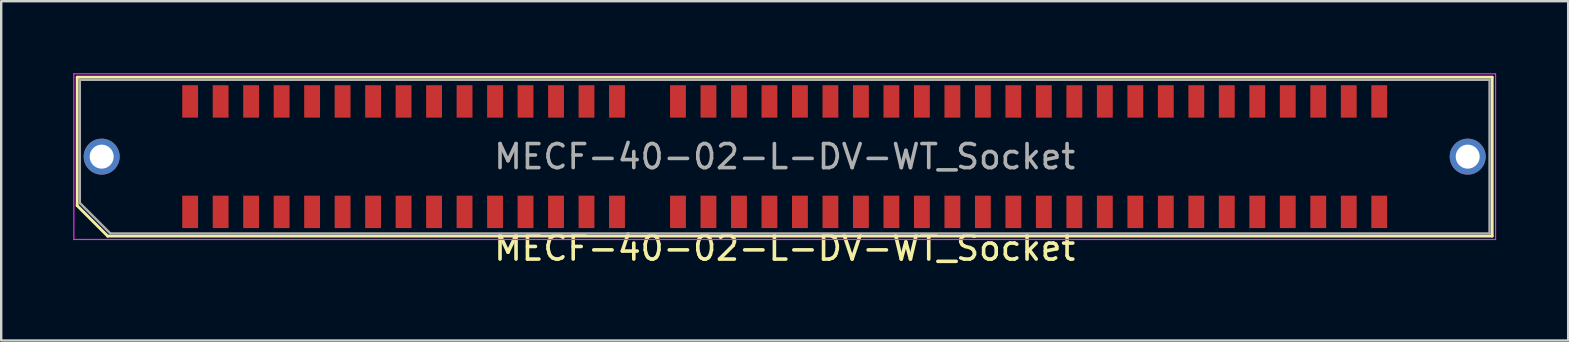
<source format=kicad_pcb>
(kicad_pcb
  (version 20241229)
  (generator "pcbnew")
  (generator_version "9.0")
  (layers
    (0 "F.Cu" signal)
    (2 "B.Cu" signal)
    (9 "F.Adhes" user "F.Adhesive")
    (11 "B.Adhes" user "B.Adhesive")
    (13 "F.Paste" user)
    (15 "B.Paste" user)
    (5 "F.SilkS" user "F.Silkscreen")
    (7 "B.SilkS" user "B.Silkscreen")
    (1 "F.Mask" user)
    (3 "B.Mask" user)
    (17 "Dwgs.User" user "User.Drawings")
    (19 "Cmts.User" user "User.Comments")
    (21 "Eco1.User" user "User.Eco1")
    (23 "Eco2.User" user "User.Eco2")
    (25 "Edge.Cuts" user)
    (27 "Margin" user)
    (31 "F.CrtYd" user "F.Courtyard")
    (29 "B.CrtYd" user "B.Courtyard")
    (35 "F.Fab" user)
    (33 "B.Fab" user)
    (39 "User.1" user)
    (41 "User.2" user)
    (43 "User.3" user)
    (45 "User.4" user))
  (footprint "MECF-40-02-L-DV-WT_Socket"
    (layer "F.Cu")
    (at 29.635 3.475)
    (property "Reference" "MECF-40-02-L-DV-WT_Socket" (at 0 3.81 0) (layer "F.SilkS") (effects (font (size 1 1) (thickness 0.15))))
    (attr smd)
    (fp_line (start -29.47 -3.31) (end 29.47 -3.31) (stroke (width 0.12) (type solid)) (layer "F.SilkS"))
    (fp_line (start -29.47 2.04) (end -29.47 -3.31) (stroke (width 0.12) (type solid)) (layer "F.SilkS"))
    (fp_line (start -28.2 3.31) (end -29.47 2.04) (stroke (width 0.12) (type solid)) (layer "F.SilkS"))
    (fp_line (start -28.2 3.31) (end 29.47 3.31) (stroke (width 0.12) (type solid)) (layer "F.SilkS"))
    (fp_line (start 29.47 3.31) (end 29.47 -3.31) (stroke (width 0.12) (type solid)) (layer "F.SilkS"))
    (fp_line (start -29.61 -3.45) (end -29.61 3.45) (stroke (width 0.05) (type solid)) (layer "F.CrtYd"))
    (fp_line (start -29.61 3.45) (end 29.61 3.45) (stroke (width 0.05) (type solid)) (layer "F.CrtYd"))
    (fp_line (start 29.61 -3.45) (end -29.61 -3.45) (stroke (width 0.05) (type solid)) (layer "F.CrtYd"))
    (fp_line (start 29.61 3.45) (end 29.61 -3.45) (stroke (width 0.05) (type solid)) (layer "F.CrtYd"))
    (fp_line (start -29.36 -3.2) (end 29.36 -3.2) (stroke (width 0.1) (type solid)) (layer "F.Fab"))
    (fp_line (start -29.36 1.93) (end -29.36 -3.2) (stroke (width 0.1) (type solid)) (layer "F.Fab"))
    (fp_line (start -29.36 1.93) (end -28.09 3.2) (stroke (width 0.1) (type solid)) (layer "F.Fab"))
    (fp_line (start -28.09 3.2) (end 29.36 3.2) (stroke (width 0.1) (type solid)) (layer "F.Fab"))
    (fp_line (start 29.36 3.2) (end 29.36 -3.2) (stroke (width 0.1) (type solid)) (layer "F.Fab"))
    (fp_text user "${REFERENCE}" (at 0 0 0) (layer "F.Fab") (effects (font (size 1 1) (thickness 0.15))))
    (pad "" thru_hole circle (at -28.45 0) (size 1.5 1.5) (drill 1) (layers "*.Cu" "*.Mask"))
    (pad "" np_thru_hole circle (at -26.545 0) (size 0.001 0.001) (drill 1.45) (layers "*.Cu" "*.Mask"))
    (pad "" np_thru_hole circle (at 26.545 1) (size 0.001 0.001) (drill 1.45) (layers "*.Cu" "*.Mask"))
    (pad "" thru_hole circle (at 28.45 0) (size 1.5 1.5) (drill 1) (layers "*.Cu" "*.Mask"))
    (pad "1" smd rect (at -24.765 2.3) (size 0.66 1.35) (layers "F.Cu" "F.Mask" "F.Paste"))
    (pad "2" smd rect (at -24.765 -2.3) (size 0.66 1.35) (layers "F.Cu" "F.Mask" "F.Paste"))
    (pad "3" smd rect (at -23.495 2.3) (size 0.66 1.35) (layers "F.Cu" "F.Mask" "F.Paste"))
    (pad "4" smd rect (at -23.495 -2.3) (size 0.66 1.35) (layers "F.Cu" "F.Mask" "F.Paste"))
    (pad "5" smd rect (at -22.225 2.3) (size 0.66 1.35) (layers "F.Cu" "F.Mask" "F.Paste"))
    (pad "6" smd rect (at -22.225 -2.3) (size 0.66 1.35) (layers "F.Cu" "F.Mask" "F.Paste"))
    (pad "7" smd rect (at -20.955 2.3) (size 0.66 1.35) (layers "F.Cu" "F.Mask" "F.Paste"))
    (pad "8" smd rect (at -20.955 -2.3) (size 0.66 1.35) (layers "F.Cu" "F.Mask" "F.Paste"))
    (pad "9" smd rect (at -19.685 2.3) (size 0.66 1.35) (layers "F.Cu" "F.Mask" "F.Paste"))
    (pad "10" smd rect (at -19.685 -2.3) (size 0.66 1.35) (layers "F.Cu" "F.Mask" "F.Paste"))
    (pad "11" smd rect (at -18.415 2.3) (size 0.66 1.35) (layers "F.Cu" "F.Mask" "F.Paste"))
    (pad "12" smd rect (at -18.415 -2.3) (size 0.66 1.35) (layers "F.Cu" "F.Mask" "F.Paste"))
    (pad "13" smd rect (at -17.145 2.3) (size 0.66 1.35) (layers "F.Cu" "F.Mask" "F.Paste"))
    (pad "14" smd rect (at -17.145 -2.3) (size 0.66 1.35) (layers "F.Cu" "F.Mask" "F.Paste"))
    (pad "15" smd rect (at -15.875 2.3) (size 0.66 1.35) (layers "F.Cu" "F.Mask" "F.Paste"))
    (pad "16" smd rect (at -15.875 -2.3) (size 0.66 1.35) (layers "F.Cu" "F.Mask" "F.Paste"))
    (pad "17" smd rect (at -14.605 2.3) (size 0.66 1.35) (layers "F.Cu" "F.Mask" "F.Paste"))
    (pad "18" smd rect (at -14.605 -2.3) (size 0.66 1.35) (layers "F.Cu" "F.Mask" "F.Paste"))
    (pad "19" smd rect (at -13.335 2.3) (size 0.66 1.35) (layers "F.Cu" "F.Mask" "F.Paste"))
    (pad "20" smd rect (at -13.335 -2.3) (size 0.66 1.35) (layers "F.Cu" "F.Mask" "F.Paste"))
    (pad "21" smd rect (at -12.065 2.3) (size 0.66 1.35) (layers "F.Cu" "F.Mask" "F.Paste"))
    (pad "22" smd rect (at -12.065 -2.3) (size 0.66 1.35) (layers "F.Cu" "F.Mask" "F.Paste"))
    (pad "23" smd rect (at -10.795 2.3) (size 0.66 1.35) (layers "F.Cu" "F.Mask" "F.Paste"))
    (pad "24" smd rect (at -10.795 -2.3) (size 0.66 1.35) (layers "F.Cu" "F.Mask" "F.Paste"))
    (pad "25" smd rect (at -9.525 2.3) (size 0.66 1.35) (layers "F.Cu" "F.Mask" "F.Paste"))
    (pad "26" smd rect (at -9.525 -2.3) (size 0.66 1.35) (layers "F.Cu" "F.Mask" "F.Paste"))
    (pad "27" smd rect (at -8.255 2.3) (size 0.66 1.35) (layers "F.Cu" "F.Mask" "F.Paste"))
    (pad "28" smd rect (at -8.255 -2.3) (size 0.66 1.35) (layers "F.Cu" "F.Mask" "F.Paste"))
    (pad "29" smd rect (at -6.985 2.3) (size 0.66 1.35) (layers "F.Cu" "F.Mask" "F.Paste"))
    (pad "30" smd rect (at -6.985 -2.3) (size 0.66 1.35) (layers "F.Cu" "F.Mask" "F.Paste"))
    (pad "33" smd rect (at -4.445 2.3) (size 0.66 1.35) (layers "F.Cu" "F.Mask" "F.Paste"))
    (pad "34" smd rect (at -4.445 -2.3) (size 0.66 1.35) (layers "F.Cu" "F.Mask" "F.Paste"))
    (pad "35" smd rect (at -3.175 2.3) (size 0.66 1.35) (layers "F.Cu" "F.Mask" "F.Paste"))
    (pad "36" smd rect (at -3.175 -2.3) (size 0.66 1.35) (layers "F.Cu" "F.Mask" "F.Paste"))
    (pad "37" smd rect (at -1.905 2.3) (size 0.66 1.35) (layers "F.Cu" "F.Mask" "F.Paste"))
    (pad "38" smd rect (at -1.905 -2.3) (size 0.66 1.35) (layers "F.Cu" "F.Mask" "F.Paste"))
    (pad "39" smd rect (at -0.635 2.3) (size 0.66 1.35) (layers "F.Cu" "F.Mask" "F.Paste"))
    (pad "40" smd rect (at -0.635 -2.3) (size 0.66 1.35) (layers "F.Cu" "F.Mask" "F.Paste"))
    (pad "41" smd rect (at 0.635 2.3) (size 0.66 1.35) (layers "F.Cu" "F.Mask" "F.Paste"))
    (pad "42" smd rect (at 0.635 -2.3) (size 0.66 1.35) (layers "F.Cu" "F.Mask" "F.Paste"))
    (pad "43" smd rect (at 1.905 2.3) (size 0.66 1.35) (layers "F.Cu" "F.Mask" "F.Paste"))
    (pad "44" smd rect (at 1.905 -2.3) (size 0.66 1.35) (layers "F.Cu" "F.Mask" "F.Paste"))
    (pad "45" smd rect (at 3.175 2.3) (size 0.66 1.35) (layers "F.Cu" "F.Mask" "F.Paste"))
    (pad "46" smd rect (at 3.175 -2.3) (size 0.66 1.35) (layers "F.Cu" "F.Mask" "F.Paste"))
    (pad "47" smd rect (at 4.445 2.3) (size 0.66 1.35) (layers "F.Cu" "F.Mask" "F.Paste"))
    (pad "48" smd rect (at 4.445 -2.3) (size 0.66 1.35) (layers "F.Cu" "F.Mask" "F.Paste"))
    (pad "49" smd rect (at 5.715 2.3) (size 0.66 1.35) (layers "F.Cu" "F.Mask" "F.Paste"))
    (pad "50" smd rect (at 5.715 -2.3) (size 0.66 1.35) (layers "F.Cu" "F.Mask" "F.Paste"))
    (pad "51" smd rect (at 6.985 2.3) (size 0.66 1.35) (layers "F.Cu" "F.Mask" "F.Paste"))
    (pad "52" smd rect (at 6.985 -2.3) (size 0.66 1.35) (layers "F.Cu" "F.Mask" "F.Paste"))
    (pad "53" smd rect (at 8.255 2.3) (size 0.66 1.35) (layers "F.Cu" "F.Mask" "F.Paste"))
    (pad "54" smd rect (at 8.255 -2.3) (size 0.66 1.35) (layers "F.Cu" "F.Mask" "F.Paste"))
    (pad "55" smd rect (at 9.525 2.3) (size 0.66 1.35) (layers "F.Cu" "F.Mask" "F.Paste"))
    (pad "56" smd rect (at 9.525 -2.3) (size 0.66 1.35) (layers "F.Cu" "F.Mask" "F.Paste"))
    (pad "57" smd rect (at 10.795 2.3) (size 0.66 1.35) (layers "F.Cu" "F.Mask" "F.Paste"))
    (pad "58" smd rect (at 10.795 -2.3) (size 0.66 1.35) (layers "F.Cu" "F.Mask" "F.Paste"))
    (pad "59" smd rect (at 12.065 2.3) (size 0.66 1.35) (layers "F.Cu" "F.Mask" "F.Paste"))
    (pad "60" smd rect (at 12.065 -2.3) (size 0.66 1.35) (layers "F.Cu" "F.Mask" "F.Paste"))
    (pad "61" smd rect (at 13.335 2.3) (size 0.66 1.35) (layers "F.Cu" "F.Mask" "F.Paste"))
    (pad "62" smd rect (at 13.335 -2.3) (size 0.66 1.35) (layers "F.Cu" "F.Mask" "F.Paste"))
    (pad "63" smd rect (at 14.605 2.3) (size 0.66 1.35) (layers "F.Cu" "F.Mask" "F.Paste"))
    (pad "64" smd rect (at 14.605 -2.3) (size 0.66 1.35) (layers "F.Cu" "F.Mask" "F.Paste"))
    (pad "65" smd rect (at 15.875 2.3) (size 0.66 1.35) (layers "F.Cu" "F.Mask" "F.Paste"))
    (pad "66" smd rect (at 15.875 -2.3) (size 0.66 1.35) (layers "F.Cu" "F.Mask" "F.Paste"))
    (pad "67" smd rect (at 17.145 2.3) (size 0.66 1.35) (layers "F.Cu" "F.Mask" "F.Paste"))
    (pad "68" smd rect (at 17.145 -2.3) (size 0.66 1.35) (layers "F.Cu" "F.Mask" "F.Paste"))
    (pad "69" smd rect (at 18.415 2.3) (size 0.66 1.35) (layers "F.Cu" "F.Mask" "F.Paste"))
    (pad "70" smd rect (at 18.415 -2.3) (size 0.66 1.35) (layers "F.Cu" "F.Mask" "F.Paste"))
    (pad "71" smd rect (at 19.685 2.3) (size 0.66 1.35) (layers "F.Cu" "F.Mask" "F.Paste"))
    (pad "72" smd rect (at 19.685 -2.3) (size 0.66 1.35) (layers "F.Cu" "F.Mask" "F.Paste"))
    (pad "73" smd rect (at 20.955 2.3) (size 0.66 1.35) (layers "F.Cu" "F.Mask" "F.Paste"))
    (pad "74" smd rect (at 20.955 -2.3) (size 0.66 1.35) (layers "F.Cu" "F.Mask" "F.Paste"))
    (pad "75" smd rect (at 22.225 2.3) (size 0.66 1.35) (layers "F.Cu" "F.Mask" "F.Paste"))
    (pad "76" smd rect (at 22.225 -2.3) (size 0.66 1.35) (layers "F.Cu" "F.Mask" "F.Paste"))
    (pad "77" smd rect (at 23.495 2.3) (size 0.66 1.35) (layers "F.Cu" "F.Mask" "F.Paste"))
    (pad "78" smd rect (at 23.495 -2.3) (size 0.66 1.35) (layers "F.Cu" "F.Mask" "F.Paste"))
    (pad "79" smd rect (at 24.765 2.3) (size 0.66 1.35) (layers "F.Cu" "F.Mask" "F.Paste"))
    (pad "80" smd rect (at 24.765 -2.3) (size 0.66 1.35) (layers "F.Cu" "F.Mask" "F.Paste")))
  (gr_rect
    (start -3 -3)
    (end 62.27 11.133)
    (stroke (width 0.1) (type default))
    (fill no)
    (layer "Edge.Cuts")))
</source>
